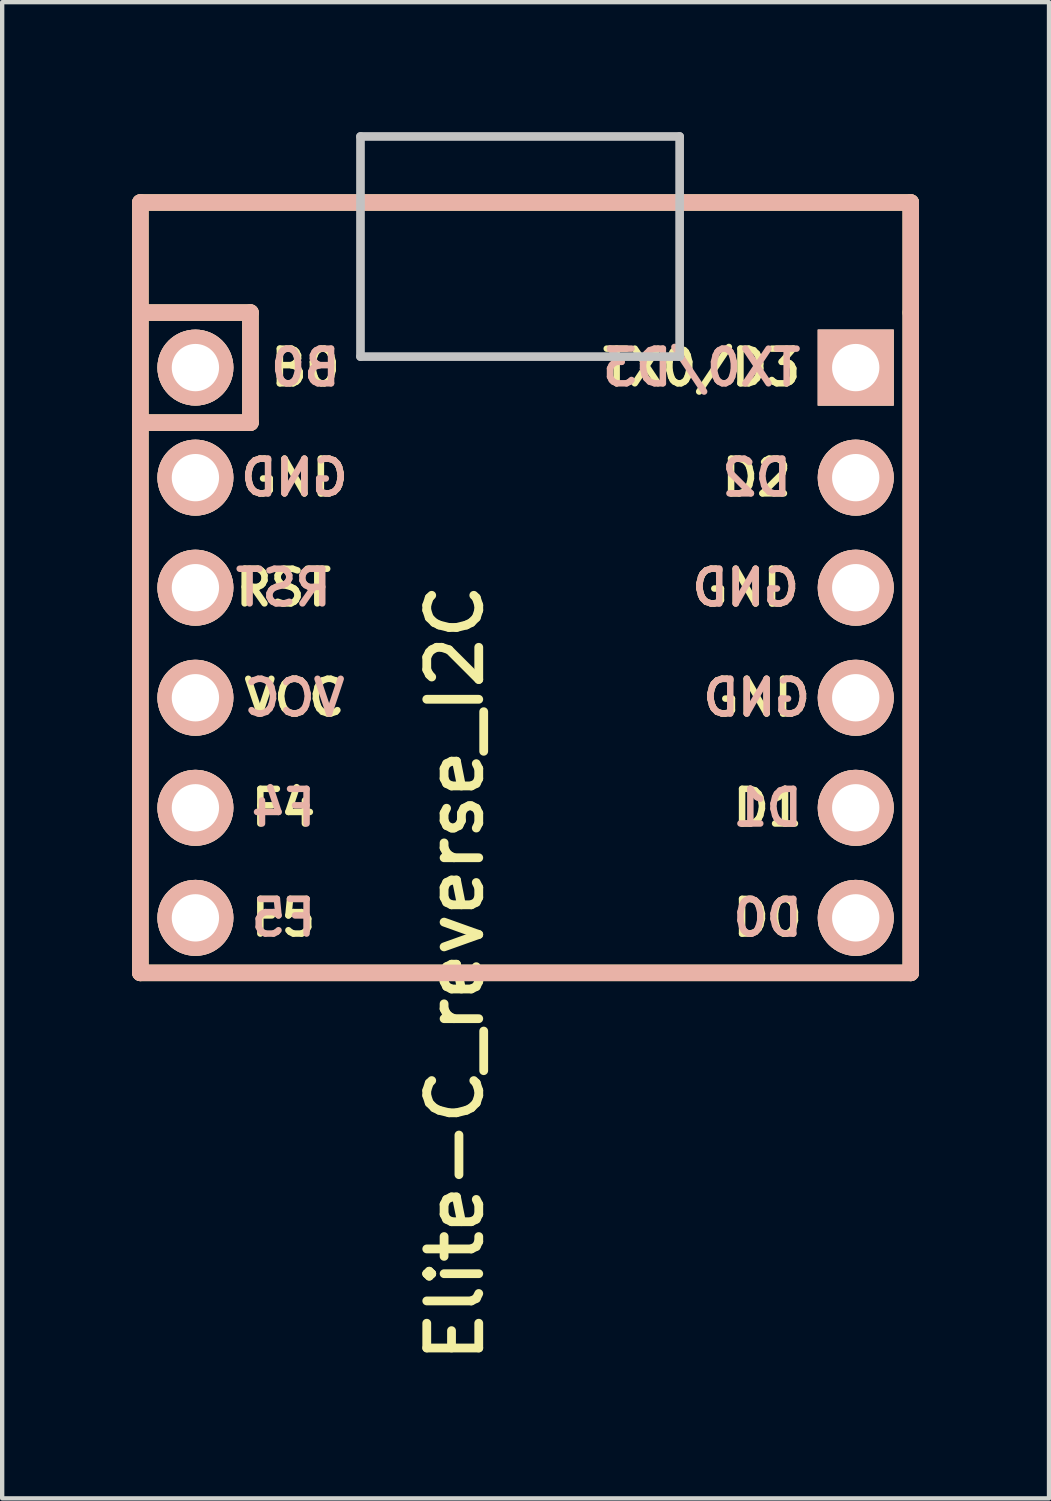
<source format=kicad_pcb>
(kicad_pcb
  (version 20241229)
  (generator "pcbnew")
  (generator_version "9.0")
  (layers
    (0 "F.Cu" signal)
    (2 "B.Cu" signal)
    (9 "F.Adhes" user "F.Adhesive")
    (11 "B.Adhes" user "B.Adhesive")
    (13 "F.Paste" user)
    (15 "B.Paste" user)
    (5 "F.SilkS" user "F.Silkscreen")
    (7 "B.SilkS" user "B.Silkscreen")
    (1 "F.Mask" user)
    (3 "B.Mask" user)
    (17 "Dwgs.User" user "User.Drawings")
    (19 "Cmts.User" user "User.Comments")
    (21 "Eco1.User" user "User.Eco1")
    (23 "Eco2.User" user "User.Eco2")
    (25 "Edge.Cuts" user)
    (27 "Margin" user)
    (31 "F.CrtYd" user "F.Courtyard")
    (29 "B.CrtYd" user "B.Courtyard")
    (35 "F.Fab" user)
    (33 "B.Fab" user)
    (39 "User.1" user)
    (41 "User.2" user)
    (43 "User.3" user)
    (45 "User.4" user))
  (footprint "Elite-C_reverse_I2C"
    (layer "F.Cu")
    (at 8.826 19.404)
    (property "Reference" "Elite-C_reverse_I2C" (at -1.371 0 270) (layer "F.SilkS") (effects (font (size 1.2 1.2) (thickness 0.203))))
    (attr through_hole)
    (fp_line (start -8.636 -17.78) (end -8.636 -15.24) (stroke (width 0.381) (type solid)) (layer "F.SilkS"))
    (fp_line (start -8.636 -15.24) (end -8.636 0) (stroke (width 0.381) (type solid)) (layer "F.SilkS"))
    (fp_line (start -8.636 0) (end 9.144 0) (stroke (width 0.381) (type solid)) (layer "F.SilkS"))
    (fp_line (start -6.096 -15.24) (end -8.636 -15.24) (stroke (width 0.381) (type solid)) (layer "F.SilkS"))
    (fp_line (start -6.096 -15.24) (end -6.096 -12.7) (stroke (width 0.381) (type solid)) (layer "F.SilkS"))
    (fp_line (start -6.096 -12.7) (end -8.636 -12.7) (stroke (width 0.381) (type solid)) (layer "F.SilkS"))
    (fp_line (start 9.144 -17.78) (end -8.636 -17.78) (stroke (width 0.381) (type solid)) (layer "F.SilkS"))
    (fp_line (start 9.144 -15.24) (end 9.144 -17.78) (stroke (width 0.381) (type solid)) (layer "F.SilkS"))
    (fp_line (start 9.144 0) (end 9.144 -15.24) (stroke (width 0.381) (type solid)) (layer "F.SilkS"))
    (fp_line (start -8.636 -17.78) (end -8.636 0) (stroke (width 0.381) (type solid)) (layer "B.SilkS"))
    (fp_line (start -8.636 0) (end 9.144 0) (stroke (width 0.381) (type solid)) (layer "B.SilkS"))
    (fp_line (start -6.096 -15.24) (end -8.636 -15.24) (stroke (width 0.381) (type solid)) (layer "B.SilkS"))
    (fp_line (start -6.096 -15.24) (end -6.096 -12.7) (stroke (width 0.381) (type solid)) (layer "B.SilkS"))
    (fp_line (start -6.096 -12.7) (end -8.636 -12.7) (stroke (width 0.381) (type solid)) (layer "B.SilkS"))
    (fp_line (start 9.144 -17.78) (end -8.636 -17.78) (stroke (width 0.381) (type solid)) (layer "B.SilkS"))
    (fp_line (start 9.144 0) (end 9.144 -17.78) (stroke (width 0.381) (type solid)) (layer "B.SilkS"))
    (fp_line (start -3.556 -19.304) (end 3.81 -19.304) (stroke (width 0.2) (type solid)) (layer "Dwgs.User"))
    (fp_line (start -3.556 -14.224) (end -3.556 -19.304) (stroke (width 0.2) (type solid)) (layer "Dwgs.User"))
    (fp_line (start 3.81 -19.304) (end 3.81 -14.224) (stroke (width 0.2) (type solid)) (layer "Dwgs.User"))
    (fp_line (start 3.81 -14.224) (end -3.556 -14.224) (stroke (width 0.2) (type solid)) (layer "Dwgs.User"))
    (fp_text user "D1" (at 5.842 -3.81 0) (layer "F.SilkS") (effects (font (size 0.8 0.8) (thickness 0.15))))
    (fp_text user "F5" (at -5.334 -1.27 0) (layer "F.SilkS") (effects (font (size 0.8 0.8) (thickness 0.15))))
    (fp_text user "GND" (at -5.08 -11.43 0) (layer "F.SilkS") (effects (font (size 0.8 0.8) (thickness 0.15))))
    (fp_text user "GND" (at 5.334 -8.89 0) (layer "F.SilkS") (effects (font (size 0.8 0.8) (thickness 0.15))))
    (fp_text user "GND" (at 5.588 -6.35 0) (layer "F.SilkS") (effects (font (size 0.8 0.8) (thickness 0.15))))
    (fp_text user "F4" (at -5.334 -3.81 0) (layer "F.SilkS") (effects (font (size 0.8 0.8) (thickness 0.15))))
    (fp_text user "B0" (at -4.826 -13.97 0) (layer "F.SilkS") (effects (font (size 0.8 0.8) (thickness 0.15))))
    (fp_text user "RST" (at -5.334 -8.89 0) (layer "F.SilkS") (effects (font (size 0.8 0.8) (thickness 0.15))))
    (fp_text user "TX0/D3" (at 4.318 -13.97 0) (layer "F.SilkS") (effects (font (size 0.8 0.8) (thickness 0.15))))
    (fp_text user "D0" (at 5.842 -1.27 0) (layer "F.SilkS") (effects (font (size 0.8 0.8) (thickness 0.15))))
    (fp_text user "VCC" (at -5.08 -6.35 0) (layer "F.SilkS") (effects (font (size 0.8 0.8) (thickness 0.15))))
    (fp_text user "D2" (at 5.588 -11.43 0) (layer "F.SilkS") (effects (font (size 0.8 0.8) (thickness 0.15))))
    (fp_text user "D1" (at 5.842 -3.81 0) (layer "B.SilkS") (effects (font (size 0.8 0.8) (thickness 0.15)) (justify mirror)))
    (fp_text user "RST" (at -5.334 -8.89 0) (layer "B.SilkS") (effects (font (size 0.8 0.8) (thickness 0.15)) (justify mirror)))
    (fp_text user "F5" (at -5.334 -1.27 0) (layer "B.SilkS") (effects (font (size 0.8 0.8) (thickness 0.15)) (justify mirror)))
    (fp_text user "GND" (at 5.334 -8.89 0) (layer "B.SilkS") (effects (font (size 0.8 0.8) (thickness 0.15)) (justify mirror)))
    (fp_text user "B0" (at -4.826 -13.97 0) (layer "B.SilkS") (effects (font (size 0.8 0.8) (thickness 0.15)) (justify mirror)))
    (fp_text user "D0" (at 5.842 -1.27 0) (layer "B.SilkS") (effects (font (size 0.8 0.8) (thickness 0.15)) (justify mirror)))
    (fp_text user "F4" (at -5.334 -3.81 0) (layer "B.SilkS") (effects (font (size 0.8 0.8) (thickness 0.15)) (justify mirror)))
    (fp_text user "GND" (at 5.588 -6.35 0) (layer "B.SilkS") (effects (font (size 0.8 0.8) (thickness 0.15)) (justify mirror)))
    (fp_text user "D2" (at 5.588 -11.43 0) (layer "B.SilkS") (effects (font (size 0.8 0.8) (thickness 0.15)) (justify mirror)))
    (fp_text user "VCC" (at -5.08 -6.35 0) (layer "B.SilkS") (effects (font (size 0.8 0.8) (thickness 0.15)) (justify mirror)))
    (fp_text user "GND" (at -5.08 -11.43 0) (layer "B.SilkS") (effects (font (size 0.8 0.8) (thickness 0.15)) (justify mirror)))
    (fp_text user "TX0/D3" (at 4.318 -13.97 0) (layer "B.SilkS") (effects (font (size 0.8 0.8) (thickness 0.15)) (justify mirror)))
    (pad "1" thru_hole rect (at 7.874 -13.97 270) (size 1.753 1.753) (drill 1.092) (layers "*.Cu" "*.SilkS" "*.Mask"))
    (pad "2" thru_hole circle (at 7.874 -11.43 270) (size 1.753 1.753) (drill 1.092) (layers "*.Cu" "*.SilkS" "*.Mask"))
    (pad "3" thru_hole circle (at 7.874 -8.89 270) (size 1.753 1.753) (drill 1.092) (layers "*.Cu" "*.SilkS" "*.Mask"))
    (pad "4" thru_hole circle (at 7.874 -6.35 270) (size 1.753 1.753) (drill 1.092) (layers "*.Cu" "*.SilkS" "*.Mask"))
    (pad "5" thru_hole circle (at 7.874 -3.81 270) (size 1.753 1.753) (drill 1.092) (layers "*.Cu" "*.SilkS" "*.Mask"))
    (pad "6" thru_hole circle (at 7.874 -1.27 270) (size 1.753 1.753) (drill 1.092) (layers "*.Cu" "*.SilkS" "*.Mask"))
    (pad "19" thru_hole circle (at -7.366 -1.27 270) (size 1.753 1.753) (drill 1.092) (layers "*.Cu" "*.SilkS" "*.Mask"))
    (pad "20" thru_hole circle (at -7.366 -3.81 270) (size 1.753 1.753) (drill 1.092) (layers "*.Cu" "*.SilkS" "*.Mask"))
    (pad "21" thru_hole circle (at -7.366 -6.35 270) (size 1.753 1.753) (drill 1.092) (layers "*.Cu" "*.SilkS" "*.Mask"))
    (pad "22" thru_hole circle (at -7.366 -8.89 270) (size 1.753 1.753) (drill 1.092) (layers "*.Cu" "*.SilkS" "*.Mask"))
    (pad "23" thru_hole circle (at -7.366 -11.43 270) (size 1.753 1.753) (drill 1.092) (layers "*.Cu" "*.SilkS" "*.Mask"))
    (pad "24" thru_hole circle (at -7.366 -13.97 270) (size 1.753 1.753) (drill 1.092) (layers "*.Cu" "*.SilkS" "*.Mask")))
  (gr_rect
    (start -3 -3)
    (end 21.161 31.532)
    (stroke (width 0.1) (type default))
    (fill no)
    (layer "Edge.Cuts")))
</source>
